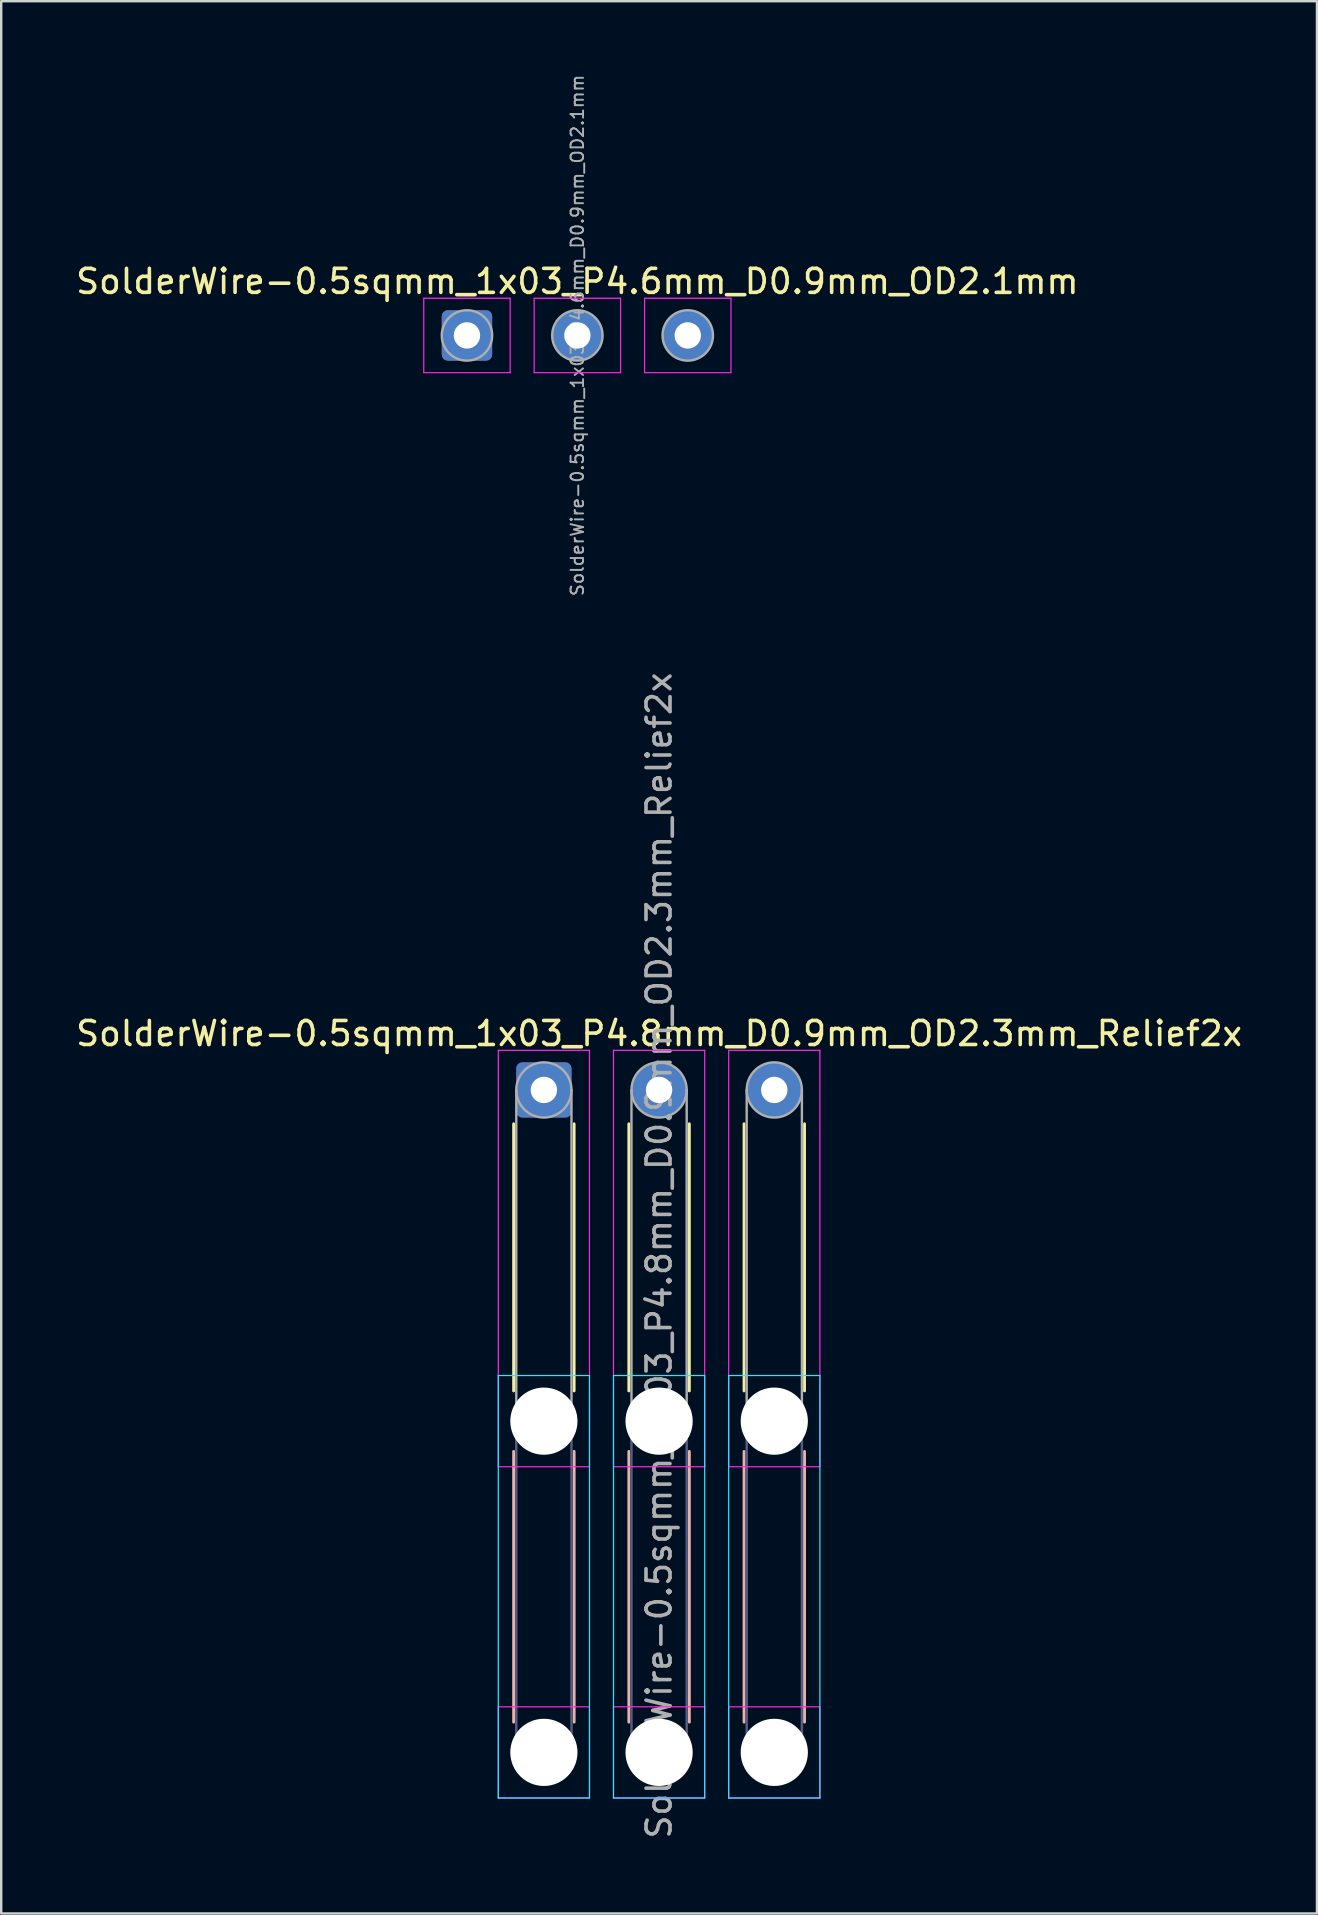
<source format=kicad_pcb>
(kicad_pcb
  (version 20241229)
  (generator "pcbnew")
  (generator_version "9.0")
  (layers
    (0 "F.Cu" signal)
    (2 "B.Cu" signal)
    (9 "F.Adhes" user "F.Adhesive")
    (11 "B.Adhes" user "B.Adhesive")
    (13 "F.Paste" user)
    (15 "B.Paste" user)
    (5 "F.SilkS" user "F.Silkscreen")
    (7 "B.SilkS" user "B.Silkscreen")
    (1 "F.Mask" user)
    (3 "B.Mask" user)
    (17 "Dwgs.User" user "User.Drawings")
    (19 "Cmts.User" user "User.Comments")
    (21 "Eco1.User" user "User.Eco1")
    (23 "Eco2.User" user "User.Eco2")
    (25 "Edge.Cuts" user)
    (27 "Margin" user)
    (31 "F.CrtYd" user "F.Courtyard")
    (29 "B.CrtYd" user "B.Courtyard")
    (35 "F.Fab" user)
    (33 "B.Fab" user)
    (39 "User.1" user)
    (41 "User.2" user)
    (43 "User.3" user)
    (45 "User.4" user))
  (footprint "SolderWire-0.5sqmm_1x03_P4.8mm_D0.9mm_OD2.3mm_Relief2x"
    (layer "F.Cu")
    (at 19.611 42.363)
    (property "Reference" "SolderWire-0.5sqmm_1x03_P4.8mm_D0.9mm_OD2.3mm_Relief2x" (at 4.8 -2.35 0) (layer "F.SilkS") (effects (font (size 1 1) (thickness 0.15))))
    (attr exclude_from_pos_files exclude_from_bom)
    (fp_line (start -1.26 1.41) (end -1.26 12.54) (stroke (width 0.12) (type solid)) (layer "F.SilkS"))
    (fp_line (start 1.26 1.41) (end 1.26 12.54) (stroke (width 0.12) (type solid)) (layer "F.SilkS"))
    (fp_line (start 3.54 1.41) (end 3.54 12.54) (stroke (width 0.12) (type solid)) (layer "F.SilkS"))
    (fp_line (start 6.06 1.41) (end 6.06 12.54) (stroke (width 0.12) (type solid)) (layer "F.SilkS"))
    (fp_line (start 8.34 1.41) (end 8.34 12.54) (stroke (width 0.12) (type solid)) (layer "F.SilkS"))
    (fp_line (start 10.86 1.41) (end 10.86 12.54) (stroke (width 0.12) (type solid)) (layer "F.SilkS"))
    (fp_line (start -1.26 15.06) (end -1.26 26.34) (stroke (width 0.12) (type solid)) (layer "B.SilkS"))
    (fp_line (start 1.26 15.06) (end 1.26 26.34) (stroke (width 0.12) (type solid)) (layer "B.SilkS"))
    (fp_line (start 3.54 15.06) (end 3.54 26.34) (stroke (width 0.12) (type solid)) (layer "B.SilkS"))
    (fp_line (start 6.06 15.06) (end 6.06 26.34) (stroke (width 0.12) (type solid)) (layer "B.SilkS"))
    (fp_line (start 8.34 15.06) (end 8.34 26.34) (stroke (width 0.12) (type solid)) (layer "B.SilkS"))
    (fp_line (start 10.86 15.06) (end 10.86 26.34) (stroke (width 0.12) (type solid)) (layer "B.SilkS"))
    (fp_line (start -1.9 11.9) (end -1.9 29.5) (stroke (width 0.05) (type solid)) (layer "B.CrtYd"))
    (fp_line (start -1.9 29.5) (end 1.9 29.5) (stroke (width 0.05) (type solid)) (layer "B.CrtYd"))
    (fp_line (start 1.9 11.9) (end -1.9 11.9) (stroke (width 0.05) (type solid)) (layer "B.CrtYd"))
    (fp_line (start 1.9 29.5) (end 1.9 11.9) (stroke (width 0.05) (type solid)) (layer "B.CrtYd"))
    (fp_line (start 2.9 11.9) (end 2.9 29.5) (stroke (width 0.05) (type solid)) (layer "B.CrtYd"))
    (fp_line (start 2.9 29.5) (end 6.7 29.5) (stroke (width 0.05) (type solid)) (layer "B.CrtYd"))
    (fp_line (start 6.7 11.9) (end 2.9 11.9) (stroke (width 0.05) (type solid)) (layer "B.CrtYd"))
    (fp_line (start 6.7 29.5) (end 6.7 11.9) (stroke (width 0.05) (type solid)) (layer "B.CrtYd"))
    (fp_line (start 7.7 11.9) (end 7.7 29.5) (stroke (width 0.05) (type solid)) (layer "B.CrtYd"))
    (fp_line (start 7.7 29.5) (end 11.5 29.5) (stroke (width 0.05) (type solid)) (layer "B.CrtYd"))
    (fp_line (start 11.5 11.9) (end 7.7 11.9) (stroke (width 0.05) (type solid)) (layer "B.CrtYd"))
    (fp_line (start 11.5 29.5) (end 11.5 11.9) (stroke (width 0.05) (type solid)) (layer "B.CrtYd"))
    (fp_line (start -1.9 -1.65) (end -1.9 15.7) (stroke (width 0.05) (type solid)) (layer "F.CrtYd"))
    (fp_line (start -1.9 15.7) (end 1.9 15.7) (stroke (width 0.05) (type solid)) (layer "F.CrtYd"))
    (fp_line (start -1.9 25.7) (end -1.9 29.5) (stroke (width 0.05) (type solid)) (layer "F.CrtYd"))
    (fp_line (start -1.9 29.5) (end 1.9 29.5) (stroke (width 0.05) (type solid)) (layer "F.CrtYd"))
    (fp_line (start 1.9 -1.65) (end -1.9 -1.65) (stroke (width 0.05) (type solid)) (layer "F.CrtYd"))
    (fp_line (start 1.9 15.7) (end 1.9 -1.65) (stroke (width 0.05) (type solid)) (layer "F.CrtYd"))
    (fp_line (start 1.9 25.7) (end -1.9 25.7) (stroke (width 0.05) (type solid)) (layer "F.CrtYd"))
    (fp_line (start 1.9 29.5) (end 1.9 25.7) (stroke (width 0.05) (type solid)) (layer "F.CrtYd"))
    (fp_line (start 2.9 -1.65) (end 2.9 15.7) (stroke (width 0.05) (type solid)) (layer "F.CrtYd"))
    (fp_line (start 2.9 15.7) (end 6.7 15.7) (stroke (width 0.05) (type solid)) (layer "F.CrtYd"))
    (fp_line (start 2.9 25.7) (end 2.9 29.5) (stroke (width 0.05) (type solid)) (layer "F.CrtYd"))
    (fp_line (start 2.9 29.5) (end 6.7 29.5) (stroke (width 0.05) (type solid)) (layer "F.CrtYd"))
    (fp_line (start 6.7 -1.65) (end 2.9 -1.65) (stroke (width 0.05) (type solid)) (layer "F.CrtYd"))
    (fp_line (start 6.7 15.7) (end 6.7 -1.65) (stroke (width 0.05) (type solid)) (layer "F.CrtYd"))
    (fp_line (start 6.7 25.7) (end 2.9 25.7) (stroke (width 0.05) (type solid)) (layer "F.CrtYd"))
    (fp_line (start 6.7 29.5) (end 6.7 25.7) (stroke (width 0.05) (type solid)) (layer "F.CrtYd"))
    (fp_line (start 7.7 -1.65) (end 7.7 15.7) (stroke (width 0.05) (type solid)) (layer "F.CrtYd"))
    (fp_line (start 7.7 15.7) (end 11.5 15.7) (stroke (width 0.05) (type solid)) (layer "F.CrtYd"))
    (fp_line (start 7.7 25.7) (end 7.7 29.5) (stroke (width 0.05) (type solid)) (layer "F.CrtYd"))
    (fp_line (start 7.7 29.5) (end 11.5 29.5) (stroke (width 0.05) (type solid)) (layer "F.CrtYd"))
    (fp_line (start 11.5 -1.65) (end 7.7 -1.65) (stroke (width 0.05) (type solid)) (layer "F.CrtYd"))
    (fp_line (start 11.5 15.7) (end 11.5 -1.65) (stroke (width 0.05) (type solid)) (layer "F.CrtYd"))
    (fp_line (start 11.5 25.7) (end 7.7 25.7) (stroke (width 0.05) (type solid)) (layer "F.CrtYd"))
    (fp_line (start 11.5 29.5) (end 11.5 25.7) (stroke (width 0.05) (type solid)) (layer "F.CrtYd"))
    (fp_line (start -1.15 13.8) (end -1.15 27.6) (stroke (width 0.1) (type solid)) (layer "B.Fab"))
    (fp_line (start 1.15 13.8) (end 1.15 27.6) (stroke (width 0.1) (type solid)) (layer "B.Fab"))
    (fp_line (start 3.65 13.8) (end 3.65 27.6) (stroke (width 0.1) (type solid)) (layer "B.Fab"))
    (fp_line (start 5.95 13.8) (end 5.95 27.6) (stroke (width 0.1) (type solid)) (layer "B.Fab"))
    (fp_line (start 8.45 13.8) (end 8.45 27.6) (stroke (width 0.1) (type solid)) (layer "B.Fab"))
    (fp_line (start 10.75 13.8) (end 10.75 27.6) (stroke (width 0.1) (type solid)) (layer "B.Fab"))
    (fp_circle (center 0 13.8) (end 1.15 13.8) (stroke (width 0.1) (type solid)) (fill no) (layer "B.Fab"))
    (fp_circle (center 0 27.6) (end 1.15 27.6) (stroke (width 0.1) (type solid)) (fill no) (layer "B.Fab"))
    (fp_circle (center 4.8 13.8) (end 5.95 13.8) (stroke (width 0.1) (type solid)) (fill no) (layer "B.Fab"))
    (fp_circle (center 4.8 27.6) (end 5.95 27.6) (stroke (width 0.1) (type solid)) (fill no) (layer "B.Fab"))
    (fp_circle (center 9.6 13.8) (end 10.75 13.8) (stroke (width 0.1) (type solid)) (fill no) (layer "B.Fab"))
    (fp_circle (center 9.6 27.6) (end 10.75 27.6) (stroke (width 0.1) (type solid)) (fill no) (layer "B.Fab"))
    (fp_line (start -1.15 0) (end -1.15 13.8) (stroke (width 0.1) (type solid)) (layer "F.Fab"))
    (fp_line (start 1.15 0) (end 1.15 13.8) (stroke (width 0.1) (type solid)) (layer "F.Fab"))
    (fp_line (start 3.65 0) (end 3.65 13.8) (stroke (width 0.1) (type solid)) (layer "F.Fab"))
    (fp_line (start 5.95 0) (end 5.95 13.8) (stroke (width 0.1) (type solid)) (layer "F.Fab"))
    (fp_line (start 8.45 0) (end 8.45 13.8) (stroke (width 0.1) (type solid)) (layer "F.Fab"))
    (fp_line (start 10.75 0) (end 10.75 13.8) (stroke (width 0.1) (type solid)) (layer "F.Fab"))
    (fp_circle (center 0 0) (end 1.15 0) (stroke (width 0.1) (type solid)) (fill no) (layer "F.Fab"))
    (fp_circle (center 0 13.8) (end 1.15 13.8) (stroke (width 0.1) (type solid)) (fill no) (layer "F.Fab"))
    (fp_circle (center 0 27.6) (end 1.15 27.6) (stroke (width 0.1) (type solid)) (fill no) (layer "F.Fab"))
    (fp_circle (center 4.8 0) (end 5.95 0) (stroke (width 0.1) (type solid)) (fill no) (layer "F.Fab"))
    (fp_circle (center 4.8 13.8) (end 5.95 13.8) (stroke (width 0.1) (type solid)) (fill no) (layer "F.Fab"))
    (fp_circle (center 4.8 27.6) (end 5.95 27.6) (stroke (width 0.1) (type solid)) (fill no) (layer "F.Fab"))
    (fp_circle (center 9.6 0) (end 10.75 0) (stroke (width 0.1) (type solid)) (fill no) (layer "F.Fab"))
    (fp_circle (center 9.6 13.8) (end 10.75 13.8) (stroke (width 0.1) (type solid)) (fill no) (layer "F.Fab"))
    (fp_circle (center 9.6 27.6) (end 10.75 27.6) (stroke (width 0.1) (type solid)) (fill no) (layer "F.Fab"))
    (fp_text user "${REFERENCE}" (at 4.8 6.9 90) (layer "F.Fab") (effects (font (size 1 1) (thickness 0.15))))
    (pad "" np_thru_hole circle (at 0 13.8) (size 2.8 2.8) (drill 2.8) (layers "*.Cu" "*.Mask"))
    (pad "" np_thru_hole circle (at 0 27.6) (size 2.8 2.8) (drill 2.8) (layers "*.Cu" "*.Mask"))
    (pad "" np_thru_hole circle (at 4.8 13.8) (size 2.8 2.8) (drill 2.8) (layers "*.Cu" "*.Mask"))
    (pad "" np_thru_hole circle (at 4.8 27.6) (size 2.8 2.8) (drill 2.8) (layers "*.Cu" "*.Mask"))
    (pad "" np_thru_hole circle (at 9.6 13.8) (size 2.8 2.8) (drill 2.8) (layers "*.Cu" "*.Mask"))
    (pad "" np_thru_hole circle (at 9.6 27.6) (size 2.8 2.8) (drill 2.8) (layers "*.Cu" "*.Mask"))
    (pad "1" thru_hole roundrect (at 0 0) (size 2.3 2.3) (drill 1.1) (layers "*.Cu" "*.Mask") (roundrect_rratio 0.109))
    (pad "2" thru_hole circle (at 4.8 0) (size 2.3 2.3) (drill 1.1) (layers "*.Cu" "*.Mask"))
    (pad "3" thru_hole circle (at 9.6 0) (size 2.3 2.3) (drill 1.1) (layers "*.Cu" "*.Mask")))
  (footprint "SolderWire-0.5sqmm_1x03_P4.6mm_D0.9mm_OD2.1mm"
    (layer "F.Cu")
    (at 16.406 10.926)
    (property "Reference" "SolderWire-0.5sqmm_1x03_P4.6mm_D0.9mm_OD2.1mm" (at 4.6 -2.25 0) (layer "F.SilkS") (effects (font (size 1 1) (thickness 0.15))))
    (attr exclude_from_pos_files exclude_from_bom)
    (fp_line (start -1.8 -1.55) (end -1.8 1.55) (stroke (width 0.05) (type solid)) (layer "F.CrtYd"))
    (fp_line (start -1.8 1.55) (end 1.8 1.55) (stroke (width 0.05) (type solid)) (layer "F.CrtYd"))
    (fp_line (start 1.8 -1.55) (end -1.8 -1.55) (stroke (width 0.05) (type solid)) (layer "F.CrtYd"))
    (fp_line (start 1.8 1.55) (end 1.8 -1.55) (stroke (width 0.05) (type solid)) (layer "F.CrtYd"))
    (fp_line (start 2.8 -1.55) (end 2.8 1.55) (stroke (width 0.05) (type solid)) (layer "F.CrtYd"))
    (fp_line (start 2.8 1.55) (end 6.4 1.55) (stroke (width 0.05) (type solid)) (layer "F.CrtYd"))
    (fp_line (start 6.4 -1.55) (end 2.8 -1.55) (stroke (width 0.05) (type solid)) (layer "F.CrtYd"))
    (fp_line (start 6.4 1.55) (end 6.4 -1.55) (stroke (width 0.05) (type solid)) (layer "F.CrtYd"))
    (fp_line (start 7.4 -1.55) (end 7.4 1.55) (stroke (width 0.05) (type solid)) (layer "F.CrtYd"))
    (fp_line (start 7.4 1.55) (end 11 1.55) (stroke (width 0.05) (type solid)) (layer "F.CrtYd"))
    (fp_line (start 11 -1.55) (end 7.4 -1.55) (stroke (width 0.05) (type solid)) (layer "F.CrtYd"))
    (fp_line (start 11 1.55) (end 11 -1.55) (stroke (width 0.05) (type solid)) (layer "F.CrtYd"))
    (fp_circle (center 0 0) (end 1.05 0) (stroke (width 0.1) (type solid)) (fill no) (layer "F.Fab"))
    (fp_circle (center 4.6 0) (end 5.65 0) (stroke (width 0.1) (type solid)) (fill no) (layer "F.Fab"))
    (fp_circle (center 9.2 0) (end 10.25 0) (stroke (width 0.1) (type solid)) (fill no) (layer "F.Fab"))
    (fp_text user "${REFERENCE}" (at 4.6 0 90) (layer "F.Fab") (effects (font (size 0.52 0.52) (thickness 0.08))))
    (pad "1" thru_hole roundrect (at 0 0) (size 2.1 2.1) (drill 1.1) (layers "*.Cu" "*.Mask") (roundrect_rratio 0.119))
    (pad "2" thru_hole circle (at 4.6 0) (size 2.1 2.1) (drill 1.1) (layers "*.Cu" "*.Mask"))
    (pad "3" thru_hole circle (at 9.2 0) (size 2.1 2.1) (drill 1.1) (layers "*.Cu" "*.Mask")))
  (gr_rect
    (start -3 -3)
    (end 51.821 76.674)
    (stroke (width 0.1) (type default))
    (fill no)
    (layer "Edge.Cuts")))
</source>
